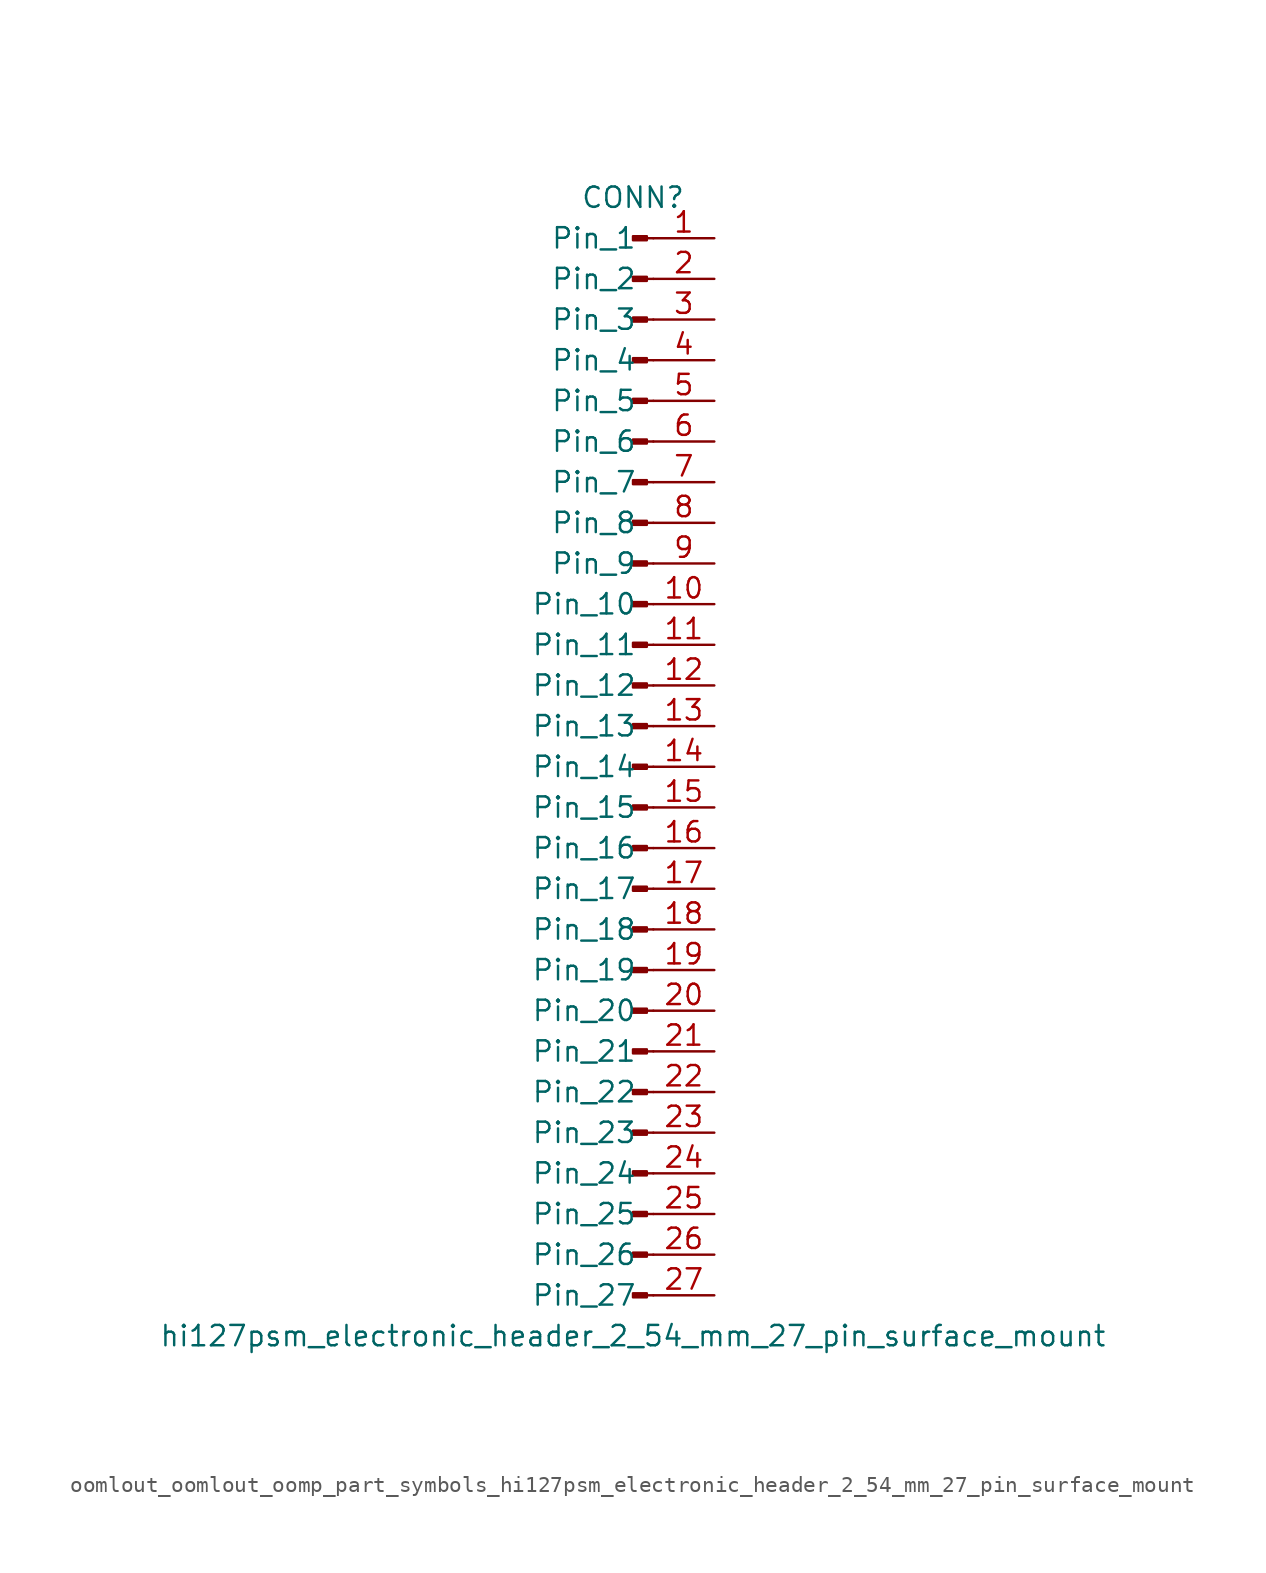
<source format=kicad_sym>
(kicad_symbol_lib
  (version 20220914)
  (generator kicad_symbol_editor)
  (symbol "oomlout_oomlout_oomp_part_symbols_hi127psm_electronic_header_2_54_mm_27_pin_surface_mount"
    (pin_names
      (offset 1.016))
    (property "Reference" "CONN"
      (at 0 35.56 0)
      (effects (font (size 1.27 1.27))))
    (property "Value" "hi127psm_electronic_header_2_54_mm_27_pin_surface_mount"
      (at 0 -35.56 0)
      (effects (font (size 1.27 1.27))))
    (property "ki_locked" ""
      (at 0 0 0)
      (effects (font (size 1.27 1.27))))
    (symbol "oomlout_oomlout_oomp_part_symbols_hi127psm_electronic_header_2_54_mm_27_pin_surface_mount_1_1"
      (polyline (pts (xy 1.27 -33.02) (xy 0.864 -33.02)) (stroke (width 0.152) (type default)) (fill (type none)))
      (polyline (pts (xy 1.27 -30.48) (xy 0.864 -30.48)) (stroke (width 0.152) (type default)) (fill (type none)))
      (polyline (pts (xy 1.27 -27.94) (xy 0.864 -27.94)) (stroke (width 0.152) (type default)) (fill (type none)))
      (polyline (pts (xy 1.27 -25.4) (xy 0.864 -25.4)) (stroke (width 0.152) (type default)) (fill (type none)))
      (polyline (pts (xy 1.27 -22.86) (xy 0.864 -22.86)) (stroke (width 0.152) (type default)) (fill (type none)))
      (polyline (pts (xy 1.27 -20.32) (xy 0.864 -20.32)) (stroke (width 0.152) (type default)) (fill (type none)))
      (polyline (pts (xy 1.27 -17.78) (xy 0.864 -17.78)) (stroke (width 0.152) (type default)) (fill (type none)))
      (polyline (pts (xy 1.27 -15.24) (xy 0.864 -15.24)) (stroke (width 0.152) (type default)) (fill (type none)))
      (polyline (pts (xy 1.27 -12.7) (xy 0.864 -12.7)) (stroke (width 0.152) (type default)) (fill (type none)))
      (polyline (pts (xy 1.27 -10.16) (xy 0.864 -10.16)) (stroke (width 0.152) (type default)) (fill (type none)))
      (polyline (pts (xy 1.27 -7.62) (xy 0.864 -7.62)) (stroke (width 0.152) (type default)) (fill (type none)))
      (polyline (pts (xy 1.27 -5.08) (xy 0.864 -5.08)) (stroke (width 0.152) (type default)) (fill (type none)))
      (polyline (pts (xy 1.27 -2.54) (xy 0.864 -2.54)) (stroke (width 0.152) (type default)) (fill (type none)))
      (polyline (pts (xy 1.27 0) (xy 0.864 0)) (stroke (width 0.152) (type default)) (fill (type none)))
      (polyline (pts (xy 1.27 2.54) (xy 0.864 2.54)) (stroke (width 0.152) (type default)) (fill (type none)))
      (polyline (pts (xy 1.27 5.08) (xy 0.864 5.08)) (stroke (width 0.152) (type default)) (fill (type none)))
      (polyline (pts (xy 1.27 7.62) (xy 0.864 7.62)) (stroke (width 0.152) (type default)) (fill (type none)))
      (polyline (pts (xy 1.27 10.16) (xy 0.864 10.16)) (stroke (width 0.152) (type default)) (fill (type none)))
      (polyline (pts (xy 1.27 12.7) (xy 0.864 12.7)) (stroke (width 0.152) (type default)) (fill (type none)))
      (polyline (pts (xy 1.27 15.24) (xy 0.864 15.24)) (stroke (width 0.152) (type default)) (fill (type none)))
      (polyline (pts (xy 1.27 17.78) (xy 0.864 17.78)) (stroke (width 0.152) (type default)) (fill (type none)))
      (polyline (pts (xy 1.27 20.32) (xy 0.864 20.32)) (stroke (width 0.152) (type default)) (fill (type none)))
      (polyline (pts (xy 1.27 22.86) (xy 0.864 22.86)) (stroke (width 0.152) (type default)) (fill (type none)))
      (polyline (pts (xy 1.27 25.4) (xy 0.864 25.4)) (stroke (width 0.152) (type default)) (fill (type none)))
      (polyline (pts (xy 1.27 27.94) (xy 0.864 27.94)) (stroke (width 0.152) (type default)) (fill (type none)))
      (polyline (pts (xy 1.27 30.48) (xy 0.864 30.48)) (stroke (width 0.152) (type default)) (fill (type none)))
      (polyline (pts (xy 1.27 33.02) (xy 0.864 33.02)) (stroke (width 0.152) (type default)) (fill (type none)))
      (rectangle (start 0.864 -32.893) (end 0 -33.147) (stroke (width 0.152) (type default)) (fill (type outline)))
      (rectangle (start 0.864 -30.353) (end 0 -30.607) (stroke (width 0.152) (type default)) (fill (type outline)))
      (rectangle (start 0.864 -27.813) (end 0 -28.067) (stroke (width 0.152) (type default)) (fill (type outline)))
      (rectangle (start 0.864 -25.273) (end 0 -25.527) (stroke (width 0.152) (type default)) (fill (type outline)))
      (rectangle (start 0.864 -22.733) (end 0 -22.987) (stroke (width 0.152) (type default)) (fill (type outline)))
      (rectangle (start 0.864 -20.193) (end 0 -20.447) (stroke (width 0.152) (type default)) (fill (type outline)))
      (rectangle (start 0.864 -17.653) (end 0 -17.907) (stroke (width 0.152) (type default)) (fill (type outline)))
      (rectangle (start 0.864 -15.113) (end 0 -15.367) (stroke (width 0.152) (type default)) (fill (type outline)))
      (rectangle (start 0.864 -12.573) (end 0 -12.827) (stroke (width 0.152) (type default)) (fill (type outline)))
      (rectangle (start 0.864 -10.033) (end 0 -10.287) (stroke (width 0.152) (type default)) (fill (type outline)))
      (rectangle (start 0.864 -7.493) (end 0 -7.747) (stroke (width 0.152) (type default)) (fill (type outline)))
      (rectangle (start 0.864 -4.953) (end 0 -5.207) (stroke (width 0.152) (type default)) (fill (type outline)))
      (rectangle (start 0.864 -2.413) (end 0 -2.667) (stroke (width 0.152) (type default)) (fill (type outline)))
      (rectangle (start 0.864 0.127) (end 0 -0.127) (stroke (width 0.152) (type default)) (fill (type outline)))
      (rectangle (start 0.864 2.667) (end 0 2.413) (stroke (width 0.152) (type default)) (fill (type outline)))
      (rectangle (start 0.864 5.207) (end 0 4.953) (stroke (width 0.152) (type default)) (fill (type outline)))
      (rectangle (start 0.864 7.747) (end 0 7.493) (stroke (width 0.152) (type default)) (fill (type outline)))
      (rectangle (start 0.864 10.287) (end 0 10.033) (stroke (width 0.152) (type default)) (fill (type outline)))
      (rectangle (start 0.864 12.827) (end 0 12.573) (stroke (width 0.152) (type default)) (fill (type outline)))
      (rectangle (start 0.864 15.367) (end 0 15.113) (stroke (width 0.152) (type default)) (fill (type outline)))
      (rectangle (start 0.864 17.907) (end 0 17.653) (stroke (width 0.152) (type default)) (fill (type outline)))
      (rectangle (start 0.864 20.447) (end 0 20.193) (stroke (width 0.152) (type default)) (fill (type outline)))
      (rectangle (start 0.864 22.987) (end 0 22.733) (stroke (width 0.152) (type default)) (fill (type outline)))
      (rectangle (start 0.864 25.527) (end 0 25.273) (stroke (width 0.152) (type default)) (fill (type outline)))
      (rectangle (start 0.864 28.067) (end 0 27.813) (stroke (width 0.152) (type default)) (fill (type outline)))
      (rectangle (start 0.864 30.607) (end 0 30.353) (stroke (width 0.152) (type default)) (fill (type outline)))
      (rectangle (start 0.864 33.147) (end 0 32.893) (stroke (width 0.152) (type default)) (fill (type outline)))
      (pin passive line (at 5.08 33.02 180) (length 3.81) (name "Pin_1" (effects (font (size 1.27 1.27)))) (number "1" (effects (font (size 1.27 1.27)))))
      (pin passive line (at 5.08 10.16 180) (length 3.81) (name "Pin_10" (effects (font (size 1.27 1.27)))) (number "10" (effects (font (size 1.27 1.27)))))
      (pin passive line (at 5.08 7.62 180) (length 3.81) (name "Pin_11" (effects (font (size 1.27 1.27)))) (number "11" (effects (font (size 1.27 1.27)))))
      (pin passive line (at 5.08 5.08 180) (length 3.81) (name "Pin_12" (effects (font (size 1.27 1.27)))) (number "12" (effects (font (size 1.27 1.27)))))
      (pin passive line (at 5.08 2.54 180) (length 3.81) (name "Pin_13" (effects (font (size 1.27 1.27)))) (number "13" (effects (font (size 1.27 1.27)))))
      (pin passive line (at 5.08 0 180) (length 3.81) (name "Pin_14" (effects (font (size 1.27 1.27)))) (number "14" (effects (font (size 1.27 1.27)))))
      (pin passive line (at 5.08 -2.54 180) (length 3.81) (name "Pin_15" (effects (font (size 1.27 1.27)))) (number "15" (effects (font (size 1.27 1.27)))))
      (pin passive line (at 5.08 -5.08 180) (length 3.81) (name "Pin_16" (effects (font (size 1.27 1.27)))) (number "16" (effects (font (size 1.27 1.27)))))
      (pin passive line (at 5.08 -7.62 180) (length 3.81) (name "Pin_17" (effects (font (size 1.27 1.27)))) (number "17" (effects (font (size 1.27 1.27)))))
      (pin passive line (at 5.08 -10.16 180) (length 3.81) (name "Pin_18" (effects (font (size 1.27 1.27)))) (number "18" (effects (font (size 1.27 1.27)))))
      (pin passive line (at 5.08 -12.7 180) (length 3.81) (name "Pin_19" (effects (font (size 1.27 1.27)))) (number "19" (effects (font (size 1.27 1.27)))))
      (pin passive line (at 5.08 30.48 180) (length 3.81) (name "Pin_2" (effects (font (size 1.27 1.27)))) (number "2" (effects (font (size 1.27 1.27)))))
      (pin passive line (at 5.08 -15.24 180) (length 3.81) (name "Pin_20" (effects (font (size 1.27 1.27)))) (number "20" (effects (font (size 1.27 1.27)))))
      (pin passive line (at 5.08 -17.78 180) (length 3.81) (name "Pin_21" (effects (font (size 1.27 1.27)))) (number "21" (effects (font (size 1.27 1.27)))))
      (pin passive line (at 5.08 -20.32 180) (length 3.81) (name "Pin_22" (effects (font (size 1.27 1.27)))) (number "22" (effects (font (size 1.27 1.27)))))
      (pin passive line (at 5.08 -22.86 180) (length 3.81) (name "Pin_23" (effects (font (size 1.27 1.27)))) (number "23" (effects (font (size 1.27 1.27)))))
      (pin passive line (at 5.08 -25.4 180) (length 3.81) (name "Pin_24" (effects (font (size 1.27 1.27)))) (number "24" (effects (font (size 1.27 1.27)))))
      (pin passive line (at 5.08 -27.94 180) (length 3.81) (name "Pin_25" (effects (font (size 1.27 1.27)))) (number "25" (effects (font (size 1.27 1.27)))))
      (pin passive line (at 5.08 -30.48 180) (length 3.81) (name "Pin_26" (effects (font (size 1.27 1.27)))) (number "26" (effects (font (size 1.27 1.27)))))
      (pin passive line (at 5.08 -33.02 180) (length 3.81) (name "Pin_27" (effects (font (size 1.27 1.27)))) (number "27" (effects (font (size 1.27 1.27)))))
      (pin passive line (at 5.08 27.94 180) (length 3.81) (name "Pin_3" (effects (font (size 1.27 1.27)))) (number "3" (effects (font (size 1.27 1.27)))))
      (pin passive line (at 5.08 25.4 180) (length 3.81) (name "Pin_4" (effects (font (size 1.27 1.27)))) (number "4" (effects (font (size 1.27 1.27)))))
      (pin passive line (at 5.08 22.86 180) (length 3.81) (name "Pin_5" (effects (font (size 1.27 1.27)))) (number "5" (effects (font (size 1.27 1.27)))))
      (pin passive line (at 5.08 20.32 180) (length 3.81) (name "Pin_6" (effects (font (size 1.27 1.27)))) (number "6" (effects (font (size 1.27 1.27)))))
      (pin passive line (at 5.08 17.78 180) (length 3.81) (name "Pin_7" (effects (font (size 1.27 1.27)))) (number "7" (effects (font (size 1.27 1.27)))))
      (pin passive line (at 5.08 15.24 180) (length 3.81) (name "Pin_8" (effects (font (size 1.27 1.27)))) (number "8" (effects (font (size 1.27 1.27)))))
      (pin passive line (at 5.08 12.7 180) (length 3.81) (name "Pin_9" (effects (font (size 1.27 1.27)))) (number "9" (effects (font (size 1.27 1.27))))))))
</source>
